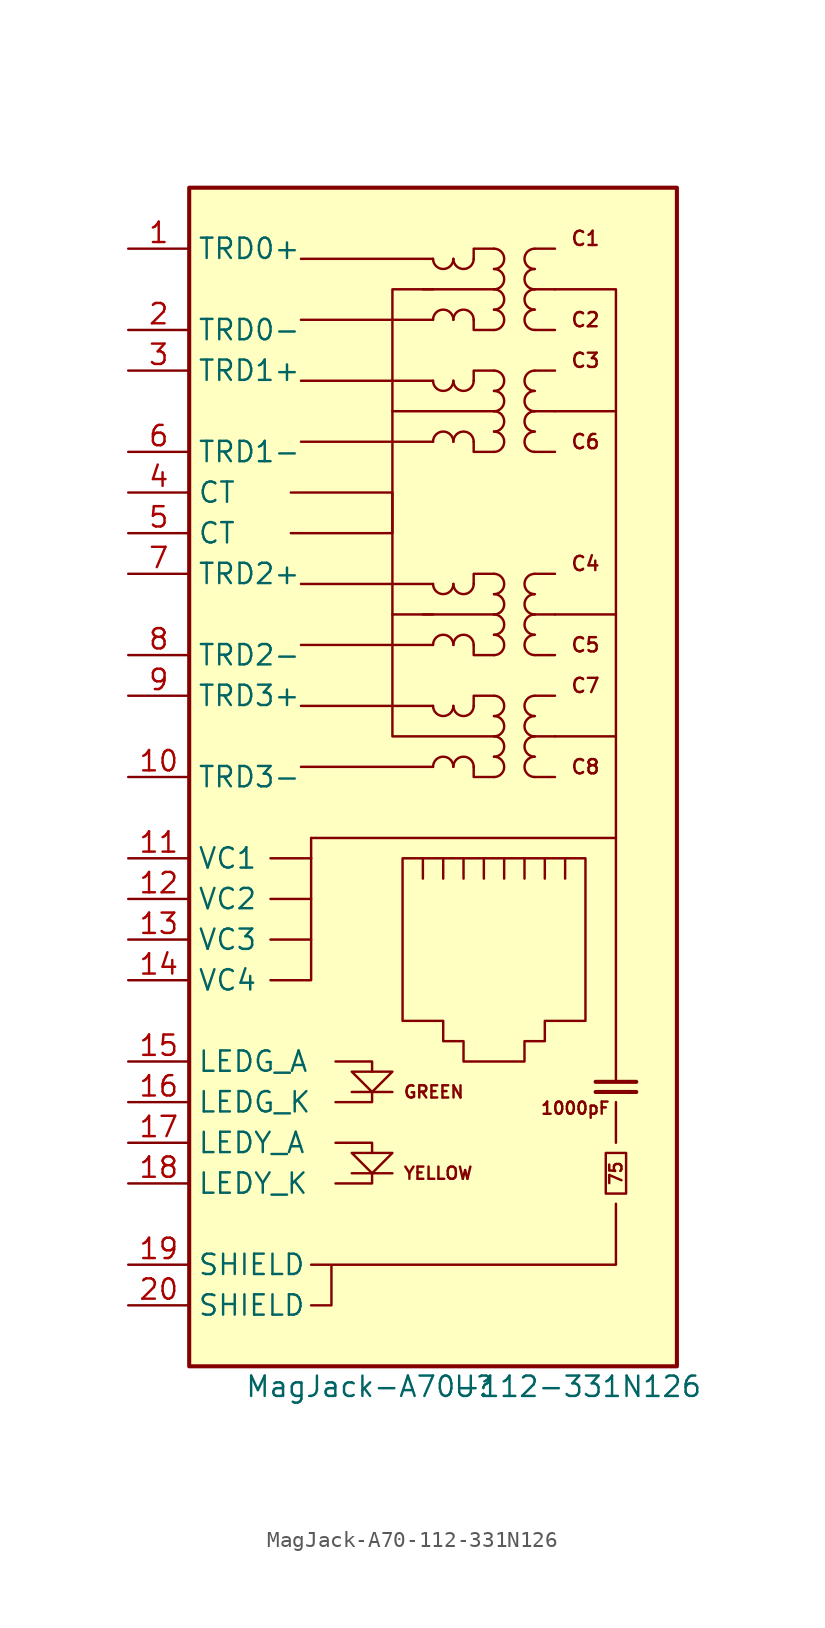
<source format=kicad_sym>
(kicad_symbol_lib
  (version 20201005)
  (generator kicad_symbol_editor)
  (symbol "CM4IO:MagJack-A70-112-331N126"
    (property "Reference" "U"
      (at 0 0 0)
      (effects (font (size 1.27 1.27))))
    (property "Value" "MagJack-A70-112-331N126"
      (at 0 0 0)
      (effects (font (size 1.27 1.27))))
    (symbol "MagJack-A70-112-331N126_1_1"
      (arc (start -1.27 38.735) (end -2.54 38.735) (radius (at -1.905 38.735) (length 0.635) (angles 0.1 179.9)) (stroke (width 0)) (fill (type none)))
      (arc (start -2.54 42.545) (end -1.27 42.545) (radius (at -1.905 42.545) (length 0.635) (angles -179.9 -0.1)) (stroke (width 0)) (fill (type none)))
      (arc (start -1.27 46.355) (end -2.54 46.355) (radius (at -1.905 46.355) (length 0.635) (angles 0.1 179.9)) (stroke (width 0)) (fill (type none)))
      (arc (start -2.54 50.165) (end -1.27 50.165) (radius (at -1.905 50.165) (length 0.635) (angles -179.9 -0.1)) (stroke (width 0)) (fill (type none)))
      (arc (start -1.27 59.055) (end -2.54 59.055) (radius (at -1.905 59.055) (length 0.635) (angles 0.1 179.9)) (stroke (width 0)) (fill (type none)))
      (arc (start -2.54 62.865) (end -1.27 62.865) (radius (at -1.905 62.865) (length 0.635) (angles -179.9 -0.1)) (stroke (width 0)) (fill (type none)))
      (arc (start -1.27 66.675) (end -2.54 66.675) (radius (at -1.905 66.675) (length 0.635) (angles 0.1 179.9)) (stroke (width 0)) (fill (type none)))
      (arc (start -2.54 70.485) (end -1.27 70.485) (radius (at -1.905 70.485) (length 0.635) (angles -179.9 -0.1)) (stroke (width 0)) (fill (type none)))
      (arc (start 0 38.735) (end -1.27 38.735) (radius (at -0.635 38.735) (length 0.635) (angles 0.1 179.9)) (stroke (width 0)) (fill (type none)))
      (arc (start -1.27 42.545) (end 0 42.545) (radius (at -0.635 42.545) (length 0.635) (angles -179.9 -0.1)) (stroke (width 0)) (fill (type none)))
      (arc (start 0 46.355) (end -1.27 46.355) (radius (at -0.635 46.355) (length 0.635) (angles 0.1 179.9)) (stroke (width 0)) (fill (type none)))
      (arc (start -1.27 50.165) (end 0 50.165) (radius (at -0.635 50.165) (length 0.635) (angles -179.9 -0.1)) (stroke (width 0)) (fill (type none)))
      (arc (start 0 59.055) (end -1.27 59.055) (radius (at -0.635 59.055) (length 0.635) (angles 0.1 179.9)) (stroke (width 0)) (fill (type none)))
      (arc (start -1.27 62.865) (end 0 62.865) (radius (at -0.635 62.865) (length 0.635) (angles -179.9 -0.1)) (stroke (width 0)) (fill (type none)))
      (arc (start 0 66.675) (end -1.27 66.675) (radius (at -0.635 66.675) (length 0.635) (angles 0.1 179.9)) (stroke (width 0)) (fill (type none)))
      (arc (start -1.27 70.485) (end 0 70.485) (radius (at -0.635 70.485) (length 0.635) (angles -179.9 -0.1)) (stroke (width 0)) (fill (type none)))
      (arc (start 1.27 38.1) (end 1.27 39.37) (radius (at 1.27 38.735) (length 0.635) (angles -89.9 89.9)) (stroke (width 0)) (fill (type none)))
      (arc (start 1.27 39.37) (end 1.27 40.64) (radius (at 1.27 40.005) (length 0.635) (angles -89.9 89.9)) (stroke (width 0)) (fill (type none)))
      (arc (start 1.27 40.64) (end 1.27 41.91) (radius (at 1.27 41.275) (length 0.635) (angles -89.9 89.9)) (stroke (width 0)) (fill (type none)))
      (arc (start 1.27 41.91) (end 1.27 43.18) (radius (at 1.27 42.545) (length 0.635) (angles -89.9 89.9)) (stroke (width 0)) (fill (type none)))
      (arc (start 1.27 45.72) (end 1.27 46.99) (radius (at 1.27 46.355) (length 0.635) (angles -89.9 89.9)) (stroke (width 0)) (fill (type none)))
      (arc (start 1.27 46.99) (end 1.27 48.26) (radius (at 1.27 47.625) (length 0.635) (angles -89.9 89.9)) (stroke (width 0)) (fill (type none)))
      (arc (start 1.27 48.26) (end 1.27 49.53) (radius (at 1.27 48.895) (length 0.635) (angles -89.9 89.9)) (stroke (width 0)) (fill (type none)))
      (arc (start 1.27 49.53) (end 1.27 50.8) (radius (at 1.27 50.165) (length 0.635) (angles -89.9 89.9)) (stroke (width 0)) (fill (type none)))
      (arc (start 1.27 58.42) (end 1.27 59.69) (radius (at 1.27 59.055) (length 0.635) (angles -89.9 89.9)) (stroke (width 0)) (fill (type none)))
      (arc (start 1.27 59.69) (end 1.27 60.96) (radius (at 1.27 60.325) (length 0.635) (angles -89.9 89.9)) (stroke (width 0)) (fill (type none)))
      (arc (start 1.27 60.96) (end 1.27 62.23) (radius (at 1.27 61.595) (length 0.635) (angles -89.9 89.9)) (stroke (width 0)) (fill (type none)))
      (arc (start 1.27 62.23) (end 1.27 63.5) (radius (at 1.27 62.865) (length 0.635) (angles -89.9 89.9)) (stroke (width 0)) (fill (type none)))
      (arc (start 1.27 66.04) (end 1.27 67.31) (radius (at 1.27 66.675) (length 0.635) (angles -89.9 89.9)) (stroke (width 0)) (fill (type none)))
      (arc (start 1.27 67.31) (end 1.27 68.58) (radius (at 1.27 67.945) (length 0.635) (angles -89.9 89.9)) (stroke (width 0)) (fill (type none)))
      (arc (start 1.27 68.58) (end 1.27 69.85) (radius (at 1.27 69.215) (length 0.635) (angles -89.9 89.9)) (stroke (width 0)) (fill (type none)))
      (arc (start 1.27 69.85) (end 1.27 71.12) (radius (at 1.27 70.485) (length 0.635) (angles -89.9 89.9)) (stroke (width 0)) (fill (type none)))
      (arc (start 3.81 39.37) (end 3.81 38.1) (radius (at 3.81 38.735) (length 0.635) (angles 90.1 -90.1)) (stroke (width 0)) (fill (type none)))
      (arc (start 3.81 40.64) (end 3.81 39.37) (radius (at 3.81 40.005) (length 0.635) (angles 90.1 -90.1)) (stroke (width 0)) (fill (type none)))
      (arc (start 3.81 41.91) (end 3.81 40.64) (radius (at 3.81 41.275) (length 0.635) (angles 90.1 -90.1)) (stroke (width 0)) (fill (type none)))
      (arc (start 3.81 43.18) (end 3.81 41.91) (radius (at 3.81 42.545) (length 0.635) (angles 90.1 -90.1)) (stroke (width 0)) (fill (type none)))
      (arc (start 3.81 46.99) (end 3.81 45.72) (radius (at 3.81 46.355) (length 0.635) (angles 90.1 -90.1)) (stroke (width 0)) (fill (type none)))
      (arc (start 3.81 48.26) (end 3.81 46.99) (radius (at 3.81 47.625) (length 0.635) (angles 90.1 -90.1)) (stroke (width 0)) (fill (type none)))
      (arc (start 3.81 49.53) (end 3.81 48.26) (radius (at 3.81 48.895) (length 0.635) (angles 90.1 -90.1)) (stroke (width 0)) (fill (type none)))
      (arc (start 3.81 50.8) (end 3.81 49.53) (radius (at 3.81 50.165) (length 0.635) (angles 90.1 -90.1)) (stroke (width 0)) (fill (type none)))
      (arc (start 3.81 59.69) (end 3.81 58.42) (radius (at 3.81 59.055) (length 0.635) (angles 90.1 -90.1)) (stroke (width 0)) (fill (type none)))
      (arc (start 3.81 60.96) (end 3.81 59.69) (radius (at 3.81 60.325) (length 0.635) (angles 90.1 -90.1)) (stroke (width 0)) (fill (type none)))
      (arc (start 3.81 62.23) (end 3.81 60.96) (radius (at 3.81 61.595) (length 0.635) (angles 90.1 -90.1)) (stroke (width 0)) (fill (type none)))
      (arc (start 3.81 63.5) (end 3.81 62.23) (radius (at 3.81 62.865) (length 0.635) (angles 90.1 -90.1)) (stroke (width 0)) (fill (type none)))
      (arc (start 3.81 67.31) (end 3.81 66.04) (radius (at 3.81 66.675) (length 0.635) (angles 90.1 -90.1)) (stroke (width 0)) (fill (type none)))
      (arc (start 3.81 68.58) (end 3.81 67.31) (radius (at 3.81 67.945) (length 0.635) (angles 90.1 -90.1)) (stroke (width 0)) (fill (type none)))
      (arc (start 3.81 69.85) (end 3.81 68.58) (radius (at 3.81 69.215) (length 0.635) (angles 90.1 -90.1)) (stroke (width 0)) (fill (type none)))
      (arc (start 3.81 71.12) (end 3.81 69.85) (radius (at 3.81 70.485) (length 0.635) (angles 90.1 -90.1)) (stroke (width 0)) (fill (type none)))
      (text "1000pF" (at 6.35 17.399 0) (effects (font (size 0.762 0.762))))
      (text "75" (at 8.89 13.335 900) (effects (font (size 0.762 0.762))))
      (text "C1" (at 6.985 71.755 0) (effects (font (size 0.889 0.889))))
      (text "C2" (at 6.985 66.675 0) (effects (font (size 0.889 0.889))))
      (text "C3" (at 6.985 64.135 0) (effects (font (size 0.889 0.889))))
      (text "C4" (at 6.985 51.435 0) (effects (font (size 0.889 0.889))))
      (text "C5" (at 6.985 46.355 0) (effects (font (size 0.889 0.889))))
      (text "C6" (at 6.985 59.055 0) (effects (font (size 0.889 0.889))))
      (text "C7" (at 6.985 43.815 0) (effects (font (size 0.889 0.889))))
      (text "C8" (at 6.985 38.735 0) (effects (font (size 0.889 0.889))))
      (text "GREEN" (at -4.445 18.415 0) (effects (font (size 0.762 0.762)) (justify left)))
      (text "YELLOW" (at -4.445 13.335 0) (effects (font (size 0.762 0.762)) (justify left)))
      (rectangle (start -17.78 1.27) (end 12.7 74.93) (stroke (width 0.254)) (fill (type background)))
      (rectangle (start 9.525 12.065) (end 8.255 14.605) (stroke (width 0)) (fill (type none)))
      (polyline (pts (xy -12.7 27.94) (xy -10.16 27.94)) (stroke (width 0)) (fill (type none)))
      (polyline (pts (xy -12.7 30.48) (xy -10.16 30.48)) (stroke (width 0)) (fill (type none)))
      (polyline (pts (xy -12.7 33.02) (xy -10.16 33.02)) (stroke (width 0)) (fill (type none)))
      (polyline (pts (xy -10.16 33.02) (xy -10.16 34.29)) (stroke (width 0)) (fill (type none)))
      (polyline (pts (xy -5.08 13.335) (xy -7.62 13.335)) (stroke (width 0)) (fill (type none)))
      (polyline (pts (xy -5.08 18.415) (xy -7.62 18.415)) (stroke (width 0)) (fill (type none)))
      (polyline (pts (xy -5.08 48.26) (xy -5.08 60.96)) (stroke (width 0)) (fill (type none)))
      (polyline (pts (xy -3.175 31.75) (xy -3.175 33.02)) (stroke (width 0)) (fill (type none)))
      (polyline (pts (xy -3.175 48.26) (xy 1.27 48.26)) (stroke (width 0)) (fill (type none)))
      (polyline (pts (xy -3.175 68.58) (xy 1.27 68.58)) (stroke (width 0)) (fill (type none)))
      (polyline (pts (xy -2.54 38.735) (xy -10.795 38.735)) (stroke (width 0)) (fill (type none)))
      (polyline (pts (xy -2.54 42.545) (xy -10.795 42.545)) (stroke (width 0)) (fill (type none)))
      (polyline (pts (xy -2.54 46.355) (xy -10.795 46.355)) (stroke (width 0)) (fill (type none)))
      (polyline (pts (xy -2.54 50.165) (xy -10.795 50.165)) (stroke (width 0)) (fill (type none)))
      (polyline (pts (xy -2.54 59.055) (xy -10.795 59.055)) (stroke (width 0)) (fill (type none)))
      (polyline (pts (xy -2.54 62.865) (xy -10.795 62.865)) (stroke (width 0)) (fill (type none)))
      (polyline (pts (xy -2.54 66.675) (xy -10.795 66.675)) (stroke (width 0)) (fill (type none)))
      (polyline (pts (xy -2.54 70.485) (xy -10.795 70.485)) (stroke (width 0)) (fill (type none)))
      (polyline (pts (xy -1.905 33.02) (xy -1.905 31.75)) (stroke (width 0)) (fill (type none)))
      (polyline (pts (xy -0.635 33.02) (xy -0.635 31.75)) (stroke (width 0)) (fill (type none)))
      (polyline (pts (xy 0.635 33.02) (xy 0.635 31.75)) (stroke (width 0)) (fill (type none)))
      (polyline (pts (xy 1.905 33.02) (xy 1.905 31.75)) (stroke (width 0)) (fill (type none)))
      (polyline (pts (xy 3.175 33.02) (xy 3.175 31.75)) (stroke (width 0)) (fill (type none)))
      (polyline (pts (xy 3.81 38.1) (xy 5.08 38.1)) (stroke (width 0)) (fill (type none)))
      (polyline (pts (xy 3.81 40.64) (xy 5.08 40.64)) (stroke (width 0)) (fill (type none)))
      (polyline (pts (xy 3.81 43.18) (xy 5.08 43.18)) (stroke (width 0)) (fill (type none)))
      (polyline (pts (xy 3.81 45.72) (xy 5.08 45.72)) (stroke (width 0)) (fill (type none)))
      (polyline (pts (xy 3.81 48.26) (xy 5.08 48.26)) (stroke (width 0)) (fill (type none)))
      (polyline (pts (xy 3.81 50.8) (xy 5.08 50.8)) (stroke (width 0)) (fill (type none)))
      (polyline (pts (xy 3.81 58.42) (xy 5.08 58.42)) (stroke (width 0)) (fill (type none)))
      (polyline (pts (xy 3.81 60.96) (xy 5.08 60.96)) (stroke (width 0)) (fill (type none)))
      (polyline (pts (xy 3.81 63.5) (xy 5.08 63.5)) (stroke (width 0)) (fill (type none)))
      (polyline (pts (xy 3.81 66.04) (xy 5.08 66.04)) (stroke (width 0)) (fill (type none)))
      (polyline (pts (xy 3.81 68.58) (xy 5.08 68.58)) (stroke (width 0)) (fill (type none)))
      (polyline (pts (xy 3.81 71.12) (xy 5.08 71.12)) (stroke (width 0)) (fill (type none)))
      (polyline (pts (xy 4.445 31.75) (xy 4.445 33.02)) (stroke (width 0)) (fill (type none)))
      (polyline (pts (xy 5.08 40.64) (xy 8.89 40.64)) (stroke (width 0)) (fill (type none)))
      (polyline (pts (xy 5.08 48.26) (xy 8.89 48.26)) (stroke (width 0)) (fill (type none)))
      (polyline (pts (xy 5.08 60.96) (xy 8.89 60.96)) (stroke (width 0)) (fill (type none)))
      (polyline (pts (xy 5.715 31.75) (xy 5.715 33.02)) (stroke (width 0)) (fill (type none)))
      (polyline (pts (xy 7.62 18.415) (xy 10.16 18.415)) (stroke (width 0.254)) (fill (type none)))
      (polyline (pts (xy 7.62 19.05) (xy 10.16 19.05)) (stroke (width 0.254)) (fill (type none)))
      (polyline (pts (xy 8.89 15.24) (xy 8.89 17.78)) (stroke (width 0)) (fill (type none)))
      (polyline (pts (xy 8.89 19.05) (xy 8.89 34.29)) (stroke (width 0)) (fill (type none)))
      (polyline (pts (xy -10.16 33.02) (xy -10.16 25.4) (xy -12.7 25.4)) (stroke (width 0)) (fill (type none)))
      (polyline (pts (xy -8.636 12.7) (xy -6.35 12.7) (xy -6.35 13.335)) (stroke (width 0)) (fill (type none)))
      (polyline (pts (xy -8.636 15.24) (xy -6.35 15.24) (xy -6.35 14.605)) (stroke (width 0)) (fill (type none)))
      (polyline (pts (xy -8.636 20.32) (xy -6.35 20.32) (xy -6.35 19.685)) (stroke (width 0)) (fill (type none)))
      (polyline (pts (xy -6.35 18.415) (xy -6.35 17.78) (xy -8.636 17.78)) (stroke (width 0)) (fill (type none)))
      (polyline (pts (xy 0 38.735) (xy 0 38.1) (xy 1.27 38.1)) (stroke (width 0)) (fill (type none)))
      (polyline (pts (xy 0 46.355) (xy 0 45.72) (xy 1.27 45.72)) (stroke (width 0)) (fill (type none)))
      (polyline (pts (xy 0 59.055) (xy 0 58.42) (xy 1.27 58.42)) (stroke (width 0)) (fill (type none)))
      (polyline (pts (xy 0 66.675) (xy 0 66.04) (xy 1.27 66.04)) (stroke (width 0)) (fill (type none)))
      (polyline (pts (xy 1.27 43.18) (xy 0 43.18) (xy 0 42.545)) (stroke (width 0)) (fill (type none)))
      (polyline (pts (xy 1.27 50.8) (xy 0 50.8) (xy 0 50.165)) (stroke (width 0)) (fill (type none)))
      (polyline (pts (xy 1.27 63.5) (xy 0 63.5) (xy 0 62.865)) (stroke (width 0)) (fill (type none)))
      (polyline (pts (xy 1.27 71.12) (xy 0 71.12) (xy 0 70.485)) (stroke (width 0)) (fill (type none)))
      (polyline (pts (xy -11.43 53.34) (xy -5.08 53.34) (xy -5.08 55.88) (xy -11.43 55.88)) (stroke (width 0)) (fill (type none)))
      (polyline (pts (xy -10.16 34.29) (xy 8.89 34.29) (xy 8.89 68.58) (xy 5.08 68.58)) (stroke (width 0)) (fill (type none)))
      (polyline (pts (xy -7.62 19.685) (xy -5.08 19.685) (xy -6.35 18.415) (xy -7.62 19.685)) (stroke (width 0)) (fill (type none)))
      (polyline (pts (xy -5.08 14.605) (xy -7.62 14.605) (xy -6.35 13.335) (xy -5.08 14.605)) (stroke (width 0)) (fill (type none)))
      (polyline (pts (xy -10.16 5.08) (xy -8.89 5.08) (xy -8.89 7.62) (xy -10.16 7.62) (xy -8.89 7.62) (xy 8.89 7.62) (xy 8.89 11.43)) (stroke (width 0)) (fill (type none)))
      (polyline (pts (xy -4.445 33.02) (xy 6.985 33.02) (xy 6.985 22.86) (xy 4.445 22.86) (xy 4.445 21.59) (xy 3.175 21.59) (xy 3.175 20.32) (xy -0.635 20.32) (xy -0.635 21.59) (xy -1.905 21.59) (xy -1.905 22.86) (xy -4.445 22.86) (xy -4.445 33.02)) (stroke (width 0)) (fill (type none)))
      (pin passive line (at -21.59 71.12 0) (length 3.81) (name "TRD0+" (effects (font (size 1.27 1.27)))) (number "1" (effects (font (size 1.27 1.27)))))
      (pin passive line (at -21.59 38.1 0) (length 3.81) (name "TRD3-" (effects (font (size 1.27 1.27)))) (number "10" (effects (font (size 1.27 1.27)))))
      (pin passive line (at -21.59 33.02 0) (length 3.81) (name "VC1" (effects (font (size 1.27 1.27)))) (number "11" (effects (font (size 1.27 1.27)))))
      (pin passive line (at -21.59 30.48 0) (length 3.81) (name "VC2" (effects (font (size 1.27 1.27)))) (number "12" (effects (font (size 1.27 1.27)))))
      (pin passive line (at -21.59 27.94 0) (length 3.81) (name "VC3" (effects (font (size 1.27 1.27)))) (number "13" (effects (font (size 1.27 1.27)))))
      (pin passive line (at -21.59 25.4 0) (length 3.81) (name "VC4" (effects (font (size 1.27 1.27)))) (number "14" (effects (font (size 1.27 1.27)))))
      (pin passive line (at -21.59 20.32 0) (length 3.81) (name "LEDG_A" (effects (font (size 1.27 1.27)))) (number "15" (effects (font (size 1.27 1.27)))))
      (pin passive line (at -21.59 17.78 0) (length 3.81) (name "LEDG_K" (effects (font (size 1.27 1.27)))) (number "16" (effects (font (size 1.27 1.27)))))
      (pin passive line (at -21.59 15.24 0) (length 3.81) (name "LEDY_A" (effects (font (size 1.27 1.27)))) (number "17" (effects (font (size 1.27 1.27)))))
      (pin passive line (at -21.59 12.7 0) (length 3.81) (name "LEDY_K" (effects (font (size 1.27 1.27)))) (number "18" (effects (font (size 1.27 1.27)))))
      (pin passive line (at -21.59 7.62 0) (length 3.81) (name "SHIELD" (effects (font (size 1.27 1.27)))) (number "19" (effects (font (size 1.27 1.27)))))
      (pin passive line (at -21.59 66.04 0) (length 3.81) (name "TRD0-" (effects (font (size 1.27 1.27)))) (number "2" (effects (font (size 1.27 1.27)))))
      (pin passive line (at -21.59 5.08 0) (length 3.81) (name "SHIELD" (effects (font (size 1.27 1.27)))) (number "20" (effects (font (size 1.27 1.27)))))
      (pin passive line (at -21.59 63.5 0) (length 3.81) (name "TRD1+" (effects (font (size 1.27 1.27)))) (number "3" (effects (font (size 1.27 1.27)))))
      (pin passive line (at -21.59 55.88 0) (length 3.81) (name "CT" (effects (font (size 1.27 1.27)))) (number "4" (effects (font (size 1.27 1.27)))))
      (pin passive line (at -21.59 53.34 0) (length 3.81) (name "CT" (effects (font (size 1.27 1.27)))) (number "5" (effects (font (size 1.27 1.27)))))
      (pin passive line (at -21.59 58.42 0) (length 3.81) (name "TRD1-" (effects (font (size 1.27 1.27)))) (number "6" (effects (font (size 1.27 1.27)))))
      (pin passive line (at -21.59 50.8 0) (length 3.81) (name "TRD2+" (effects (font (size 1.27 1.27)))) (number "7" (effects (font (size 1.27 1.27)))))
      (pin passive line (at -21.59 45.72 0) (length 3.81) (name "TRD2-" (effects (font (size 1.27 1.27)))) (number "8" (effects (font (size 1.27 1.27)))))
      (pin passive line (at -21.59 43.18 0) (length 3.81) (name "TRD3+" (effects (font (size 1.27 1.27)))) (number "9" (effects (font (size 1.27 1.27))))))
    (symbol "MagJack-A70-112-331N126_0_1"
      (polyline (pts (xy 1.27 40.64) (xy -5.08 40.64) (xy -5.08 48.26) (xy -2.54 48.26) (xy -5.08 48.26)) (stroke (width 0)) (fill (type none)))
      (polyline (pts (xy 1.27 60.96) (xy -5.08 60.96) (xy -5.08 68.58) (xy -2.54 68.58) (xy -5.08 68.58)) (stroke (width 0)) (fill (type none))))))
</source>
